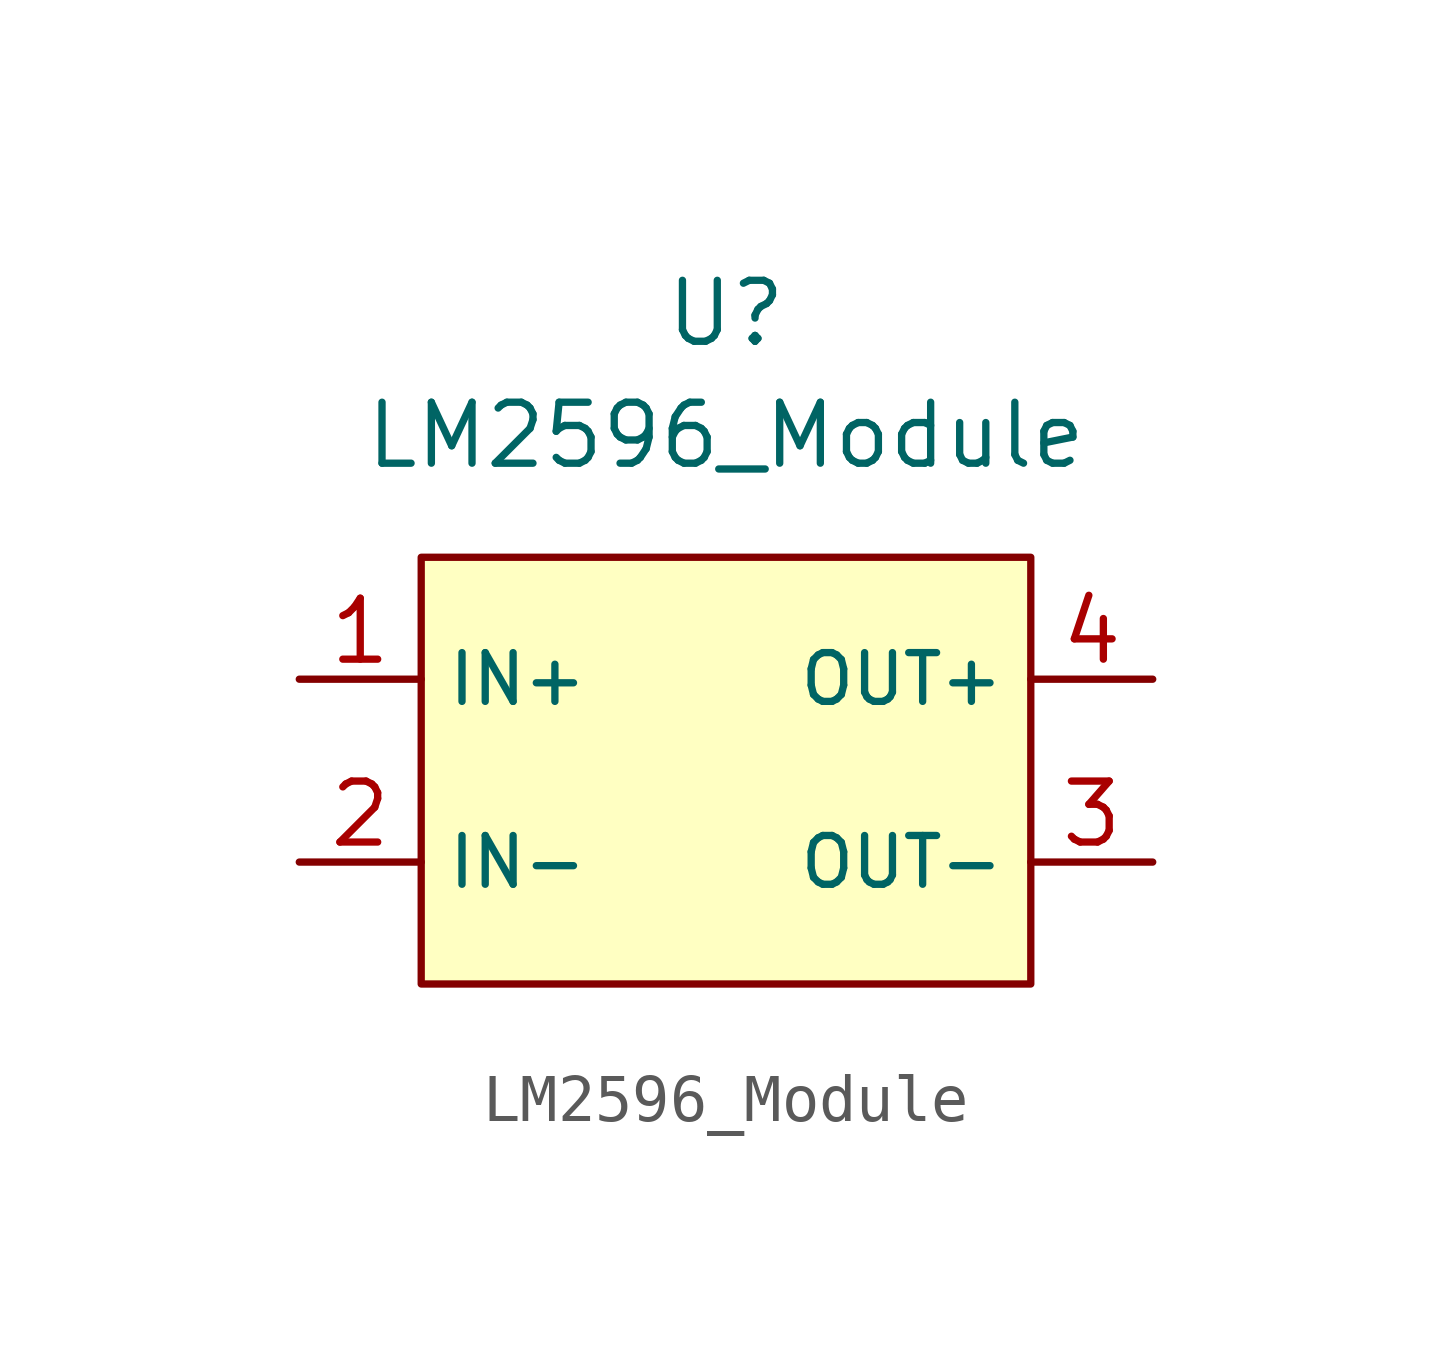
<source format=kicad_sym>
(kicad_symbol_lib
  (version 20201005)
  (generator kicad_symbol_editor)
  (symbol "CustomSymbols:LM2596_Module"
    (property "Reference" "U"
      (at 0 10.16 0)
      (effects (font (size 1.27 1.27))))
    (property "Value" "LM2596_Module"
      (at 0 7.62 0)
      (effects (font (size 1.27 1.27))))
    (symbol "LM2596_Module_0_0"
      (pin power_in line (at -8.89 2.54 0) (length 2.54) (name "IN+" (effects (font (size 1.016 1.016)))) (number "1" (effects (font (size 1.27 1.27)))))
      (pin power_in line (at -8.89 -1.27 0) (length 2.54) (name "IN-" (effects (font (size 1.016 1.016)))) (number "2" (effects (font (size 1.27 1.27)))))
      (pin power_out line (at 8.89 -1.27 180) (length 2.54) (name "OUT-" (effects (font (size 1.016 1.016)))) (number "3" (effects (font (size 1.27 1.27)))))
      (pin power_out line (at 8.89 2.54 180) (length 2.54) (name "OUT+" (effects (font (size 1.016 1.016)))) (number "4" (effects (font (size 1.27 1.27))))))
    (symbol "LM2596_Module_0_1"
      (rectangle (start -6.35 5.08) (end 6.35 -3.81) (stroke (width 0.152)) (fill (type background))))))
</source>
